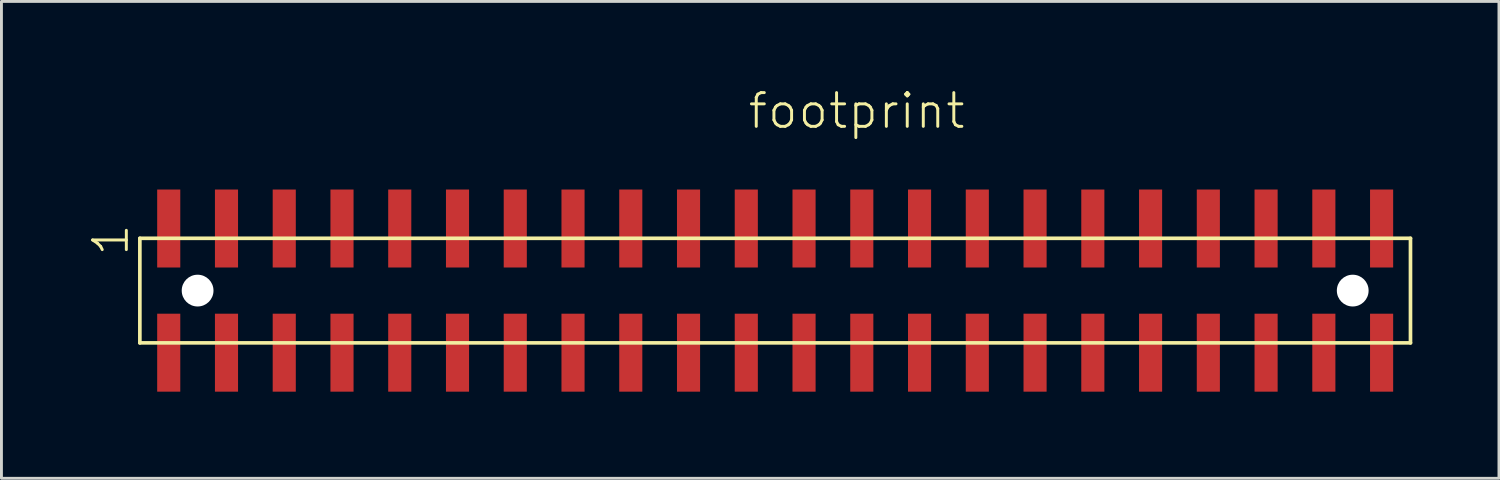
<source format=kicad_pcb>
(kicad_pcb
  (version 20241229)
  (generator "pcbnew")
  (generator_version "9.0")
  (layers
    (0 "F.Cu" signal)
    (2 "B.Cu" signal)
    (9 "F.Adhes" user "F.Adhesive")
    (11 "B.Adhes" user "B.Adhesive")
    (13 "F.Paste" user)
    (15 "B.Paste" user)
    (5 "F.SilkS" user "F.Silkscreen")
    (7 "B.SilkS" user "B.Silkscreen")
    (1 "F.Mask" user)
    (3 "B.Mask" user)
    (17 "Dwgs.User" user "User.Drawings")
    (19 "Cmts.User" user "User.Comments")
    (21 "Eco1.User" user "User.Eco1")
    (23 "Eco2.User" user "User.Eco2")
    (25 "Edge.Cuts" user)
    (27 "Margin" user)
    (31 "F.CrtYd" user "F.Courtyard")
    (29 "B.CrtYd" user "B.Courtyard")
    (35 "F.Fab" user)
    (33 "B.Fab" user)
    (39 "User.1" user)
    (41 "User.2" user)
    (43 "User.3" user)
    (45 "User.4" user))
  (footprint "footprint"
    (layer "F.Cu")
    (at 23.793 7.013)
    (property "Reference" "footprint" (at -1 -5.54 0) (layer "F.SilkS") (effects (font (size 1.168 1.168) (thickness 0.102)) (justify left bottom)))
    (fp_line (start -22 -1.81) (end -22 1.81) (stroke (width 0.127) (type solid)) (layer "F.SilkS"))
    (fp_line (start -22 1.81) (end 22 1.81) (stroke (width 0.127) (type solid)) (layer "F.SilkS"))
    (fp_line (start 22 -1.81) (end -22 -1.81) (stroke (width 0.127) (type solid)) (layer "F.SilkS"))
    (fp_line (start 22 1.81) (end 22 -1.81) (stroke (width 0.127) (type solid)) (layer "F.SilkS"))
    (fp_text user "1" (at -22.32 -1.13 90) (layer "F.SilkS") (effects (font (size 1.168 1.168) (thickness 0.102)) (justify left bottom)))
    (pad "" np_thru_hole circle (at -20 0) (size 1.1 1.1) (drill 1.1) (layers "*.Cu" "*.Mask"))
    (pad "" np_thru_hole circle (at 20 0) (size 1.1 1.1) (drill 1.1) (layers "*.Cu" "*.Mask"))
    (pad "1" smd rect (at -21 -2.15 90) (size 2.7 0.8) (layers "F.Cu" "F.Mask" "F.Paste"))
    (pad "2" smd rect (at -21 2.15 90) (size 2.7 0.8) (layers "F.Cu" "F.Mask" "F.Paste"))
    (pad "3" smd rect (at -19 -2.15 90) (size 2.7 0.8) (layers "F.Cu" "F.Mask" "F.Paste"))
    (pad "4" smd rect (at -19 2.15 90) (size 2.7 0.8) (layers "F.Cu" "F.Mask" "F.Paste"))
    (pad "5" smd rect (at -17 -2.15 90) (size 2.7 0.8) (layers "F.Cu" "F.Mask" "F.Paste"))
    (pad "6" smd rect (at -17 2.15 90) (size 2.7 0.8) (layers "F.Cu" "F.Mask" "F.Paste"))
    (pad "7" smd rect (at -15 -2.15 90) (size 2.7 0.8) (layers "F.Cu" "F.Mask" "F.Paste"))
    (pad "8" smd rect (at -15 2.15 90) (size 2.7 0.8) (layers "F.Cu" "F.Mask" "F.Paste"))
    (pad "9" smd rect (at -13 -2.15 90) (size 2.7 0.8) (layers "F.Cu" "F.Mask" "F.Paste"))
    (pad "10" smd rect (at -13 2.15 90) (size 2.7 0.8) (layers "F.Cu" "F.Mask" "F.Paste"))
    (pad "11" smd rect (at -11 -2.15 90) (size 2.7 0.8) (layers "F.Cu" "F.Mask" "F.Paste"))
    (pad "12" smd rect (at -11 2.15 90) (size 2.7 0.8) (layers "F.Cu" "F.Mask" "F.Paste"))
    (pad "13" smd rect (at -9 -2.15 90) (size 2.7 0.8) (layers "F.Cu" "F.Mask" "F.Paste"))
    (pad "14" smd rect (at -9 2.15 90) (size 2.7 0.8) (layers "F.Cu" "F.Mask" "F.Paste"))
    (pad "15" smd rect (at -7 -2.15 90) (size 2.7 0.8) (layers "F.Cu" "F.Mask" "F.Paste"))
    (pad "16" smd rect (at -7 2.15 90) (size 2.7 0.8) (layers "F.Cu" "F.Mask" "F.Paste"))
    (pad "17" smd rect (at -5 -2.15 90) (size 2.7 0.8) (layers "F.Cu" "F.Mask" "F.Paste"))
    (pad "18" smd rect (at -5 2.15 90) (size 2.7 0.8) (layers "F.Cu" "F.Mask" "F.Paste"))
    (pad "19" smd rect (at -3 -2.15 90) (size 2.7 0.8) (layers "F.Cu" "F.Mask" "F.Paste"))
    (pad "20" smd rect (at -3 2.15 90) (size 2.7 0.8) (layers "F.Cu" "F.Mask" "F.Paste"))
    (pad "21" smd rect (at -1 -2.15 90) (size 2.7 0.8) (layers "F.Cu" "F.Mask" "F.Paste"))
    (pad "22" smd rect (at -1 2.15 90) (size 2.7 0.8) (layers "F.Cu" "F.Mask" "F.Paste"))
    (pad "23" smd rect (at 1 -2.15 90) (size 2.7 0.8) (layers "F.Cu" "F.Mask" "F.Paste"))
    (pad "24" smd rect (at 1 2.15 90) (size 2.7 0.8) (layers "F.Cu" "F.Mask" "F.Paste"))
    (pad "25" smd rect (at 3 -2.15 90) (size 2.7 0.8) (layers "F.Cu" "F.Mask" "F.Paste"))
    (pad "26" smd rect (at 3 2.15 90) (size 2.7 0.8) (layers "F.Cu" "F.Mask" "F.Paste"))
    (pad "27" smd rect (at 5 -2.15 90) (size 2.7 0.8) (layers "F.Cu" "F.Mask" "F.Paste"))
    (pad "28" smd rect (at 5 2.15 90) (size 2.7 0.8) (layers "F.Cu" "F.Mask" "F.Paste"))
    (pad "29" smd rect (at 7 -2.15 90) (size 2.7 0.8) (layers "F.Cu" "F.Mask" "F.Paste"))
    (pad "30" smd rect (at 7 2.15 90) (size 2.7 0.8) (layers "F.Cu" "F.Mask" "F.Paste"))
    (pad "31" smd rect (at 9 -2.15 90) (size 2.7 0.8) (layers "F.Cu" "F.Mask" "F.Paste"))
    (pad "32" smd rect (at 9 2.15 90) (size 2.7 0.8) (layers "F.Cu" "F.Mask" "F.Paste"))
    (pad "33" smd rect (at 11 -2.15 90) (size 2.7 0.8) (layers "F.Cu" "F.Mask" "F.Paste"))
    (pad "34" smd rect (at 11 2.15 90) (size 2.7 0.8) (layers "F.Cu" "F.Mask" "F.Paste"))
    (pad "35" smd rect (at 13 -2.15 90) (size 2.7 0.8) (layers "F.Cu" "F.Mask" "F.Paste"))
    (pad "36" smd rect (at 13 2.15 90) (size 2.7 0.8) (layers "F.Cu" "F.Mask" "F.Paste"))
    (pad "37" smd rect (at 15 -2.15 90) (size 2.7 0.8) (layers "F.Cu" "F.Mask" "F.Paste"))
    (pad "38" smd rect (at 15 2.15 90) (size 2.7 0.8) (layers "F.Cu" "F.Mask" "F.Paste"))
    (pad "39" smd rect (at 17 -2.15 90) (size 2.7 0.8) (layers "F.Cu" "F.Mask" "F.Paste"))
    (pad "40" smd rect (at 17 2.15 90) (size 2.7 0.8) (layers "F.Cu" "F.Mask" "F.Paste"))
    (pad "41" smd rect (at 19 -2.15 90) (size 2.7 0.8) (layers "F.Cu" "F.Mask" "F.Paste"))
    (pad "42" smd rect (at 19 2.15 90) (size 2.7 0.8) (layers "F.Cu" "F.Mask" "F.Paste"))
    (pad "43" smd rect (at 21 -2.15 90) (size 2.7 0.8) (layers "F.Cu" "F.Mask" "F.Paste"))
    (pad "44" smd rect (at 21 2.15 90) (size 2.7 0.8) (layers "F.Cu" "F.Mask" "F.Paste")))
  (gr_rect
    (start -3 -3)
    (end 48.857 13.513)
    (stroke (width 0.1) (type default))
    (fill no)
    (layer "Edge.Cuts")))
</source>
